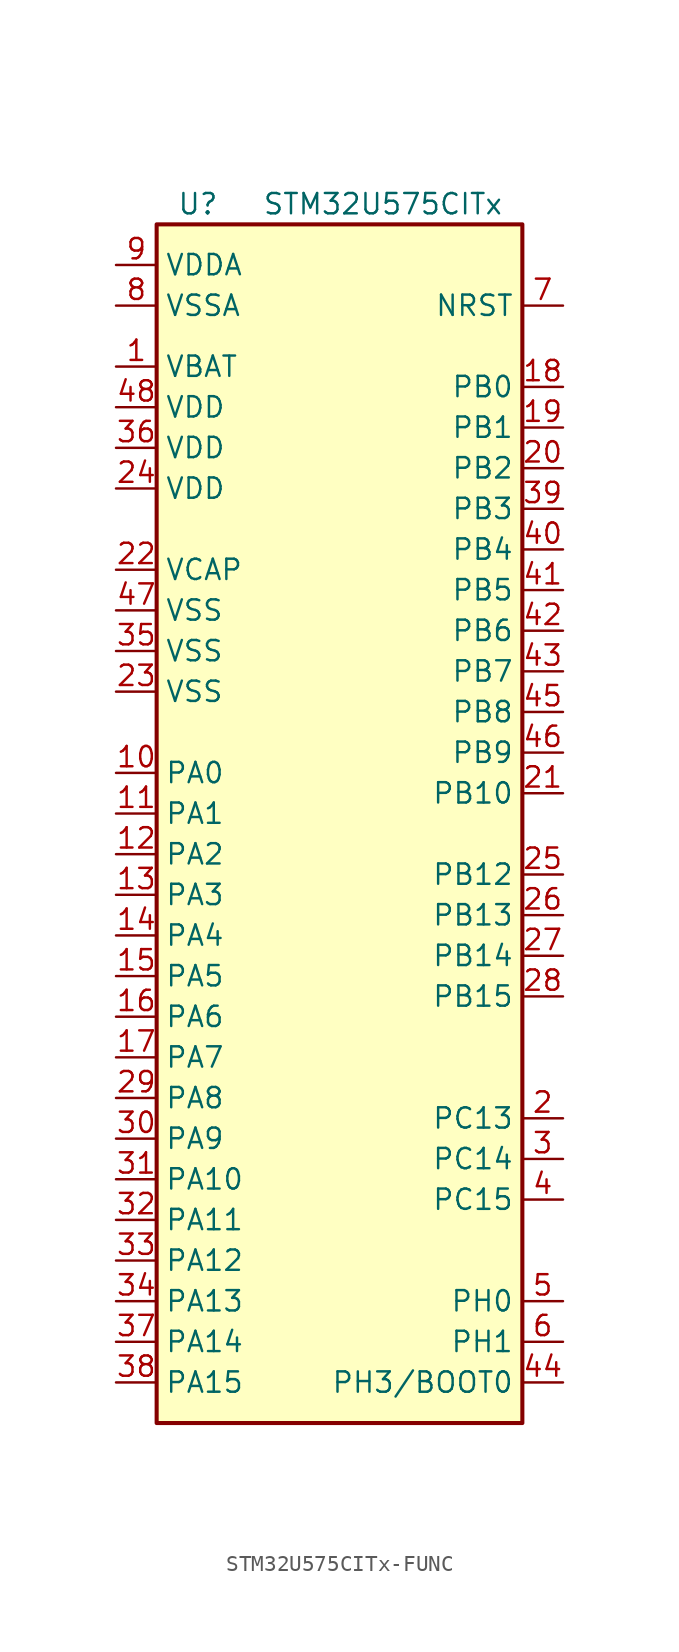
<source format=kicad_sym>
(kicad_symbol_lib
  (version 20241209)
  (generator "kicad_symbol_editor")
  (generator_version "9.0")
  (symbol "STM32U575CITx-FUNC"
    (property "Reference" "U"
      (at -10.16 41.91 0)
      (effects (font (size 1.27 1.27)) (justify left)))
    (property "Value" "STM32U575CITx"
      (at -4.826 41.91 0)
      (effects (font (size 1.27 1.27)) (justify left)))
    (symbol "STM32U575CITx-FUNC_0_1"
      (rectangle (start -11.43 40.64) (end 11.43 -34.29) (stroke (width 0.254) (type default)) (fill (type background))))
    (symbol "STM32U575CITx-FUNC_1_1"
      (pin power_in line (at -13.97 38.1 0) (length 2.54) (name "VDDA" (effects (font (size 1.27 1.27)))) (number "9" (effects (font (size 1.27 1.27)))))
      (pin power_in line (at -13.97 35.56 0) (length 2.54) (name "VSSA" (effects (font (size 1.27 1.27)))) (number "8" (effects (font (size 1.27 1.27)))))
      (pin power_in line (at -13.97 31.75 0) (length 2.54) (name "VBAT" (effects (font (size 1.27 1.27)))) (number "1" (effects (font (size 1.27 1.27)))))
      (pin power_in line (at -13.97 29.21 0) (length 2.54) (name "VDD" (effects (font (size 1.27 1.27)))) (number "48" (effects (font (size 1.27 1.27)))))
      (pin power_in line (at -13.97 26.67 0) (length 2.54) (name "VDD" (effects (font (size 1.27 1.27)))) (number "36" (effects (font (size 1.27 1.27)))))
      (pin power_in line (at -13.97 24.13 0) (length 2.54) (name "VDD" (effects (font (size 1.27 1.27)))) (number "24" (effects (font (size 1.27 1.27)))))
      (pin power_out line (at -13.97 19.05 0) (length 2.54) (name "VCAP" (effects (font (size 1.27 1.27)))) (number "22" (effects (font (size 1.27 1.27)))))
      (pin power_in line (at -13.97 16.51 0) (length 2.54) (name "VSS" (effects (font (size 1.27 1.27)))) (number "47" (effects (font (size 1.27 1.27)))))
      (pin power_in line (at -13.97 13.97 0) (length 2.54) (name "VSS" (effects (font (size 1.27 1.27)))) (number "35" (effects (font (size 1.27 1.27)))))
      (pin power_in line (at -13.97 11.43 0) (length 2.54) (name "VSS" (effects (font (size 1.27 1.27)))) (number "23" (effects (font (size 1.27 1.27)))))
      (pin bidirectional line (at -13.97 6.35 0) (length 2.54) (name "PA0" (effects (font (size 1.27 1.27)))) (number "10" (effects (font (size 1.27 1.27)))) (alternate "ADC1_IN5" bidirectional line) (alternate "AUDIOCLK" bidirectional line) (alternate "OCTOSPIM_P2_NCS" bidirectional line) (alternate "OPAMP1_VINP" bidirectional line) (alternate "PWR_WKUP1" bidirectional line) (alternate "SPI3_RDY" bidirectional line) (alternate "TAMP_IN2" bidirectional line) (alternate "TAMP_OUT1" bidirectional line) (alternate "TIM2_CH1" bidirectional line) (alternate "TIM2_ETR" bidirectional line) (alternate "TIM5_CH1" bidirectional line) (alternate "TIM8_ETR" bidirectional line) (alternate "UART4_TX" bidirectional line) (alternate "USART2_CTS" bidirectional line))
      (pin bidirectional line (at -13.97 3.81 0) (length 2.54) (name "PA1" (effects (font (size 1.27 1.27)))) (number "11" (effects (font (size 1.27 1.27)))) (alternate "ADC1_IN6" bidirectional line) (alternate "I2C1_SMBA" bidirectional line) (alternate "LPTIM1_CH2" bidirectional line) (alternate "OCTOSPIM_P1_DQS" bidirectional line) (alternate "OPAMP1_VINM" bidirectional line) (alternate "PWR_WKUP3" bidirectional line) (alternate "SPI1_SCK" bidirectional line) (alternate "TAMP_IN5" bidirectional line) (alternate "TAMP_OUT4" bidirectional line) (alternate "TIM15_CH1N" bidirectional line) (alternate "TIM2_CH2" bidirectional line) (alternate "TIM5_CH2" bidirectional line) (alternate "UART4_RX" bidirectional line) (alternate "USART2_DE" bidirectional line) (alternate "USART2_RTS" bidirectional line))
      (pin bidirectional line (at -13.97 1.27 0) (length 2.54) (name "PA2" (effects (font (size 1.27 1.27)))) (number "12" (effects (font (size 1.27 1.27)))) (alternate "ADC1_IN7" bidirectional line) (alternate "COMP1_INP" bidirectional line) (alternate "LPUART1_TX" bidirectional line) (alternate "OCTOSPIM_P1_NCS" bidirectional line) (alternate "PWR_WKUP4" bidirectional line) (alternate "RCC_LSCO" bidirectional line) (alternate "SPI1_RDY" bidirectional line) (alternate "TIM15_CH1" bidirectional line) (alternate "TIM2_CH3" bidirectional line) (alternate "TIM5_CH3" bidirectional line) (alternate "UCPD1_FRSTX1" bidirectional line) (alternate "USART2_TX" bidirectional line))
      (pin bidirectional line (at -13.97 -1.27 0) (length 2.54) (name "PA3" (effects (font (size 1.27 1.27)))) (number "13" (effects (font (size 1.27 1.27)))) (alternate "ADC1_IN8" bidirectional line) (alternate "LPUART1_RX" bidirectional line) (alternate "OCTOSPIM_P1_CLK" bidirectional line) (alternate "OPAMP1_VOUT" bidirectional line) (alternate "PWR_WKUP5" bidirectional line) (alternate "SAI1_CK1" bidirectional line) (alternate "SAI1_MCLK_A" bidirectional line) (alternate "TIM15_CH2" bidirectional line) (alternate "TIM2_CH4" bidirectional line) (alternate "TIM5_CH4" bidirectional line) (alternate "USART2_RX" bidirectional line))
      (pin bidirectional line (at -13.97 -3.81 0) (length 2.54) (name "PA4" (effects (font (size 1.27 1.27)))) (number "14" (effects (font (size 1.27 1.27)))) (alternate "ADC1_IN9" bidirectional line) (alternate "ADC4_IN9" bidirectional line) (alternate "DAC1_OUT1" bidirectional line) (alternate "LPTIM2_CH1" bidirectional line) (alternate "OCTOSPIM_P1_NCS" bidirectional line) (alternate "PWR_WKUP2" bidirectional line) (alternate "SAI1_FS_B" bidirectional line) (alternate "SPI1_NSS" bidirectional line) (alternate "SPI3_NSS" bidirectional line) (alternate "USART2_CK" bidirectional line))
      (pin bidirectional line (at -13.97 -6.35 0) (length 2.54) (name "PA5" (effects (font (size 1.27 1.27)))) (number "15" (effects (font (size 1.27 1.27)))) (alternate "ADC1_IN10" bidirectional line) (alternate "ADC4_IN10" bidirectional line) (alternate "DAC1_OUT2" bidirectional line) (alternate "LPTIM2_ETR" bidirectional line) (alternate "PWR_CSLEEP" bidirectional line) (alternate "PWR_WKUP6" bidirectional line) (alternate "SPI1_SCK" bidirectional line) (alternate "TIM2_CH1" bidirectional line) (alternate "TIM2_ETR" bidirectional line) (alternate "TIM8_CH1N" bidirectional line) (alternate "USART3_RX" bidirectional line))
      (pin bidirectional line (at -13.97 -8.89 0) (length 2.54) (name "PA6" (effects (font (size 1.27 1.27)))) (number "16" (effects (font (size 1.27 1.27)))) (alternate "ADC1_IN11" bidirectional line) (alternate "ADC4_IN11" bidirectional line) (alternate "LPUART1_CTS" bidirectional line) (alternate "OCTOSPIM_P1_IO3" bidirectional line) (alternate "OPAMP2_VINP" bidirectional line) (alternate "PWR_CDSTOP" bidirectional line) (alternate "PWR_WKUP7" bidirectional line) (alternate "SPI1_MISO" bidirectional line) (alternate "TIM16_CH1" bidirectional line) (alternate "TIM1_BKIN" bidirectional line) (alternate "TIM3_CH1" bidirectional line) (alternate "TIM8_BKIN" bidirectional line) (alternate "USART3_CTS" bidirectional line))
      (pin bidirectional line (at -13.97 -11.43 0) (length 2.54) (name "PA7" (effects (font (size 1.27 1.27)))) (number "17" (effects (font (size 1.27 1.27)))) (alternate "ADC1_IN12" bidirectional line) (alternate "ADC4_IN20" bidirectional line) (alternate "I2C3_SCL" bidirectional line) (alternate "LPTIM2_CH2" bidirectional line) (alternate "OCTOSPIM_P1_IO2" bidirectional line) (alternate "OPAMP2_VINM" bidirectional line) (alternate "PWR_SRDSTOP" bidirectional line) (alternate "PWR_WKUP8" bidirectional line) (alternate "SPI1_MOSI" bidirectional line) (alternate "TIM17_CH1" bidirectional line) (alternate "TIM1_CH1N" bidirectional line) (alternate "TIM3_CH2" bidirectional line) (alternate "TIM8_CH1N" bidirectional line) (alternate "USART3_TX" bidirectional line))
      (pin bidirectional line (at -13.97 -13.97 0) (length 2.54) (name "PA8" (effects (font (size 1.27 1.27)))) (number "29" (effects (font (size 1.27 1.27)))) (alternate "DEBUG_TRACECLK" bidirectional line) (alternate "LPTIM2_CH1" bidirectional line) (alternate "RCC_MCO" bidirectional line) (alternate "SAI1_CK2" bidirectional line) (alternate "SAI1_SCK_A" bidirectional line) (alternate "SPI1_RDY" bidirectional line) (alternate "TIM1_CH1" bidirectional line) (alternate "USART1_CK" bidirectional line) (alternate "USB_OTG_FS_SOF" bidirectional line))
      (pin bidirectional line (at -13.97 -16.51 0) (length 2.54) (name "PA9" (effects (font (size 1.27 1.27)))) (number "30" (effects (font (size 1.27 1.27)))) (alternate "DAC1_EXTI9" bidirectional line) (alternate "SAI1_FS_A" bidirectional line) (alternate "SPI2_SCK" bidirectional line) (alternate "TIM15_BKIN" bidirectional line) (alternate "TIM1_CH2" bidirectional line) (alternate "USART1_TX" bidirectional line) (alternate "USB_OTG_FS_VBUS" bidirectional line))
      (pin bidirectional line (at -13.97 -19.05 0) (length 2.54) (name "PA10" (effects (font (size 1.27 1.27)))) (number "31" (effects (font (size 1.27 1.27)))) (alternate "CRS_SYNC" bidirectional line) (alternate "LPTIM2_IN2" bidirectional line) (alternate "SAI1_D1" bidirectional line) (alternate "SAI1_SD_A" bidirectional line) (alternate "TIM17_BKIN" bidirectional line) (alternate "TIM1_CH3" bidirectional line) (alternate "USART1_RX" bidirectional line) (alternate "USB_OTG_FS_ID" bidirectional line))
      (pin bidirectional line (at -13.97 -21.59 0) (length 2.54) (name "PA11" (effects (font (size 1.27 1.27)))) (number "32" (effects (font (size 1.27 1.27)))) (alternate "ADC1_EXTI11" bidirectional line) (alternate "FDCAN1_RX" bidirectional line) (alternate "SPI1_MISO" bidirectional line) (alternate "TIM1_BKIN2" bidirectional line) (alternate "TIM1_CH4" bidirectional line) (alternate "USART1_CTS" bidirectional line) (alternate "USB_OTG_FS_DM" bidirectional line))
      (pin bidirectional line (at -13.97 -24.13 0) (length 2.54) (name "PA12" (effects (font (size 1.27 1.27)))) (number "33" (effects (font (size 1.27 1.27)))) (alternate "FDCAN1_TX" bidirectional line) (alternate "OCTOSPIM_P2_NCS" bidirectional line) (alternate "SPI1_MOSI" bidirectional line) (alternate "TIM1_ETR" bidirectional line) (alternate "USART1_DE" bidirectional line) (alternate "USART1_RTS" bidirectional line) (alternate "USB_OTG_FS_DP" bidirectional line))
      (pin bidirectional line (at -13.97 -26.67 0) (length 2.54) (name "PA13" (effects (font (size 1.27 1.27)))) (number "34" (effects (font (size 1.27 1.27)))) (alternate "DEBUG_JTMS-SWDIO" bidirectional line) (alternate "IR_OUT" bidirectional line) (alternate "SAI1_SD_B" bidirectional line) (alternate "USB_OTG_FS_NOE" bidirectional line))
      (pin bidirectional line (at -13.97 -29.21 0) (length 2.54) (name "PA14" (effects (font (size 1.27 1.27)))) (number "37" (effects (font (size 1.27 1.27)))) (alternate "DEBUG_JTCK-SWCLK" bidirectional line) (alternate "I2C1_SMBA" bidirectional line) (alternate "I2C4_SMBA" bidirectional line) (alternate "LPTIM1_CH1" bidirectional line) (alternate "SAI1_FS_B" bidirectional line) (alternate "USB_OTG_FS_SOF" bidirectional line))
      (pin bidirectional line (at -13.97 -31.75 0) (length 2.54) (name "PA15" (effects (font (size 1.27 1.27)))) (number "38" (effects (font (size 1.27 1.27)))) (alternate "ADC1_EXTI15" bidirectional line) (alternate "ADC4_EXTI15" bidirectional line) (alternate "DEBUG_JTDI" bidirectional line) (alternate "SPI1_NSS" bidirectional line) (alternate "SPI3_NSS" bidirectional line) (alternate "TIM2_CH1" bidirectional line) (alternate "TIM2_ETR" bidirectional line) (alternate "UART4_DE" bidirectional line) (alternate "UART4_RTS" bidirectional line) (alternate "UCPD1_CC1" bidirectional line) (alternate "USART2_RX" bidirectional line) (alternate "USART3_DE" bidirectional line) (alternate "USART3_RTS" bidirectional line))
      (pin input line (at 13.97 35.56 180) (length 2.54) (name "NRST" (effects (font (size 1.27 1.27)))) (number "7" (effects (font (size 1.27 1.27)))))
      (pin bidirectional line (at 13.97 30.48 180) (length 2.54) (name "PB0" (effects (font (size 1.27 1.27)))) (number "18" (effects (font (size 1.27 1.27)))) (alternate "ADC1_IN15" bidirectional line) (alternate "ADC4_IN18" bidirectional line) (alternate "AUDIOCLK" bidirectional line) (alternate "COMP1_OUT" bidirectional line) (alternate "LPTIM3_CH1" bidirectional line) (alternate "OCTOSPIM_P1_IO1" bidirectional line) (alternate "OPAMP2_VOUT" bidirectional line) (alternate "SPI1_NSS" bidirectional line) (alternate "TIM1_CH2N" bidirectional line) (alternate "TIM3_CH3" bidirectional line) (alternate "TIM8_CH2N" bidirectional line) (alternate "USART3_CK" bidirectional line))
      (pin bidirectional line (at 13.97 27.94 180) (length 2.54) (name "PB1" (effects (font (size 1.27 1.27)))) (number "19" (effects (font (size 1.27 1.27)))) (alternate "ADC1_IN16" bidirectional line) (alternate "ADC4_IN19" bidirectional line) (alternate "COMP1_INM" bidirectional line) (alternate "LPTIM2_IN1" bidirectional line) (alternate "LPTIM3_CH2" bidirectional line) (alternate "LPUART1_DE" bidirectional line) (alternate "LPUART1_RTS" bidirectional line) (alternate "MDF1_SDI0" bidirectional line) (alternate "OCTOSPIM_P1_IO0" bidirectional line) (alternate "PWR_WKUP4" bidirectional line) (alternate "TIM1_CH3N" bidirectional line) (alternate "TIM3_CH4" bidirectional line) (alternate "TIM8_CH3N" bidirectional line) (alternate "USART3_DE" bidirectional line) (alternate "USART3_RTS" bidirectional line))
      (pin bidirectional line (at 13.97 25.4 180) (length 2.54) (name "PB2" (effects (font (size 1.27 1.27)))) (number "20" (effects (font (size 1.27 1.27)))) (alternate "ADC1_IN17" bidirectional line) (alternate "COMP1_INP" bidirectional line) (alternate "I2C3_SMBA" bidirectional line) (alternate "LPTIM1_CH1" bidirectional line) (alternate "MDF1_CKI0" bidirectional line) (alternate "OCTOSPIM_P1_DQS" bidirectional line) (alternate "PWR_WKUP1" bidirectional line) (alternate "RTC_OUT2" bidirectional line) (alternate "SPI1_RDY" bidirectional line) (alternate "TIM8_CH4N" bidirectional line) (alternate "UCPD1_FRSTX1" bidirectional line))
      (pin bidirectional line (at 13.97 22.86 180) (length 2.54) (name "PB3" (effects (font (size 1.27 1.27)))) (number "39" (effects (font (size 1.27 1.27)))) (alternate "ADF1_CCK0" bidirectional line) (alternate "COMP2_INM" bidirectional line) (alternate "CRS_SYNC" bidirectional line) (alternate "DEBUG_JTDO-SWO" bidirectional line) (alternate "I2C1_SDA" bidirectional line) (alternate "LPTIM1_CH1" bidirectional line) (alternate "SAI1_SCK_B" bidirectional line) (alternate "SPI1_SCK" bidirectional line) (alternate "SPI3_SCK" bidirectional line) (alternate "TIM2_CH2" bidirectional line) (alternate "USART1_DE" bidirectional line) (alternate "USART1_RTS" bidirectional line))
      (pin bidirectional line (at 13.97 20.32 180) (length 2.54) (name "PB4" (effects (font (size 1.27 1.27)))) (number "40" (effects (font (size 1.27 1.27)))) (alternate "ADF1_SDI0" bidirectional line) (alternate "COMP2_INP" bidirectional line) (alternate "DEBUG_JTRST" bidirectional line) (alternate "I2C3_SDA" bidirectional line) (alternate "LPTIM1_CH2" bidirectional line) (alternate "SAI1_MCLK_B" bidirectional line) (alternate "SPI1_MISO" bidirectional line) (alternate "SPI3_MISO" bidirectional line) (alternate "TIM17_BKIN" bidirectional line) (alternate "TIM3_CH1" bidirectional line) (alternate "TSC_G2_IO1" bidirectional line) (alternate "USART1_CTS" bidirectional line))
      (pin bidirectional line (at 13.97 17.78 180) (length 2.54) (name "PB5" (effects (font (size 1.27 1.27)))) (number "41" (effects (font (size 1.27 1.27)))) (alternate "COMP2_OUT" bidirectional line) (alternate "I2C1_SMBA" bidirectional line) (alternate "LPTIM1_IN1" bidirectional line) (alternate "OCTOSPIM_P1_NCLK" bidirectional line) (alternate "PWR_WKUP6" bidirectional line) (alternate "SAI1_SD_B" bidirectional line) (alternate "SPI1_MOSI" bidirectional line) (alternate "SPI3_MOSI" bidirectional line) (alternate "TIM16_BKIN" bidirectional line) (alternate "TIM3_CH2" bidirectional line) (alternate "TSC_G2_IO2" bidirectional line) (alternate "UCPD1_DBCC1" bidirectional line) (alternate "USART1_CK" bidirectional line))
      (pin bidirectional line (at 13.97 15.24 180) (length 2.54) (name "PB6" (effects (font (size 1.27 1.27)))) (number "42" (effects (font (size 1.27 1.27)))) (alternate "COMP2_INP" bidirectional line) (alternate "I2C1_SCL" bidirectional line) (alternate "I2C4_SCL" bidirectional line) (alternate "LPTIM1_ETR" bidirectional line) (alternate "MDF1_SDI5" bidirectional line) (alternate "PWR_WKUP3" bidirectional line) (alternate "SAI1_FS_B" bidirectional line) (alternate "TIM16_CH1N" bidirectional line) (alternate "TIM4_CH1" bidirectional line) (alternate "TIM8_BKIN2" bidirectional line) (alternate "TSC_G2_IO3" bidirectional line) (alternate "USART1_TX" bidirectional line))
      (pin bidirectional line (at 13.97 12.7 180) (length 2.54) (name "PB7" (effects (font (size 1.27 1.27)))) (number "43" (effects (font (size 1.27 1.27)))) (alternate "COMP2_INM" bidirectional line) (alternate "I2C1_SDA" bidirectional line) (alternate "I2C4_SDA" bidirectional line) (alternate "LPTIM1_IN2" bidirectional line) (alternate "MDF1_CKI5" bidirectional line) (alternate "PWR_PVD_IN" bidirectional line) (alternate "PWR_WKUP4" bidirectional line) (alternate "TIM17_CH1N" bidirectional line) (alternate "TIM4_CH2" bidirectional line) (alternate "TIM8_BKIN" bidirectional line) (alternate "TSC_G2_IO4" bidirectional line) (alternate "UART4_CTS" bidirectional line) (alternate "USART1_RX" bidirectional line))
      (pin bidirectional line (at 13.97 10.16 180) (length 2.54) (name "PB8" (effects (font (size 1.27 1.27)))) (number "45" (effects (font (size 1.27 1.27)))) (alternate "FDCAN1_RX" bidirectional line) (alternate "I2C1_SCL" bidirectional line) (alternate "MDF1_CCK0" bidirectional line) (alternate "PWR_WKUP5" bidirectional line) (alternate "SAI1_CK1" bidirectional line) (alternate "SAI1_MCLK_A" bidirectional line) (alternate "SPI3_RDY" bidirectional line) (alternate "TIM16_CH1" bidirectional line) (alternate "TIM4_CH3" bidirectional line))
      (pin bidirectional line (at 13.97 7.62 180) (length 2.54) (name "PB9" (effects (font (size 1.27 1.27)))) (number "46" (effects (font (size 1.27 1.27)))) (alternate "DAC1_EXTI9" bidirectional line) (alternate "FDCAN1_TX" bidirectional line) (alternate "I2C1_SDA" bidirectional line) (alternate "IR_OUT" bidirectional line) (alternate "SAI1_D2" bidirectional line) (alternate "SAI1_FS_A" bidirectional line) (alternate "SPI2_NSS" bidirectional line) (alternate "TIM17_CH1" bidirectional line) (alternate "TIM4_CH4" bidirectional line))
      (pin bidirectional line (at 13.97 5.08 180) (length 2.54) (name "PB10" (effects (font (size 1.27 1.27)))) (number "21" (effects (font (size 1.27 1.27)))) (alternate "COMP1_OUT" bidirectional line) (alternate "I2C2_SCL" bidirectional line) (alternate "I2C4_SCL" bidirectional line) (alternate "LPTIM3_CH1" bidirectional line) (alternate "LPUART1_RX" bidirectional line) (alternate "OCTOSPIM_P1_CLK" bidirectional line) (alternate "PWR_WKUP8" bidirectional line) (alternate "SAI1_SCK_A" bidirectional line) (alternate "SPI2_SCK" bidirectional line) (alternate "TIM2_CH3" bidirectional line) (alternate "TSC_SYNC" bidirectional line) (alternate "USART3_TX" bidirectional line))
      (pin bidirectional line (at 13.97 0 180) (length 2.54) (name "PB12" (effects (font (size 1.27 1.27)))) (number "25" (effects (font (size 1.27 1.27)))) (alternate "I2C2_SMBA" bidirectional line) (alternate "LPUART1_DE" bidirectional line) (alternate "LPUART1_RTS" bidirectional line) (alternate "MDF1_SDI1" bidirectional line) (alternate "OCTOSPIM_P1_NCLK" bidirectional line) (alternate "SPI2_NSS" bidirectional line) (alternate "TIM15_BKIN" bidirectional line) (alternate "TIM1_BKIN" bidirectional line) (alternate "TSC_G1_IO1" bidirectional line) (alternate "USART3_CK" bidirectional line))
      (pin bidirectional line (at 13.97 -2.54 180) (length 2.54) (name "PB13" (effects (font (size 1.27 1.27)))) (number "26" (effects (font (size 1.27 1.27)))) (alternate "I2C2_SCL" bidirectional line) (alternate "LPTIM3_IN1" bidirectional line) (alternate "LPUART1_CTS" bidirectional line) (alternate "MDF1_CKI1" bidirectional line) (alternate "SPI2_SCK" bidirectional line) (alternate "TIM15_CH1N" bidirectional line) (alternate "TIM1_CH1N" bidirectional line) (alternate "TSC_G1_IO2" bidirectional line) (alternate "USART3_CTS" bidirectional line))
      (pin bidirectional line (at 13.97 -5.08 180) (length 2.54) (name "PB14" (effects (font (size 1.27 1.27)))) (number "27" (effects (font (size 1.27 1.27)))) (alternate "I2C2_SDA" bidirectional line) (alternate "LPTIM3_ETR" bidirectional line) (alternate "MDF1_SDI2" bidirectional line) (alternate "SPI2_MISO" bidirectional line) (alternate "TIM15_CH1" bidirectional line) (alternate "TIM1_CH2N" bidirectional line) (alternate "TIM8_CH2N" bidirectional line) (alternate "TSC_G1_IO3" bidirectional line) (alternate "UCPD1_DBCC2" bidirectional line) (alternate "USART3_DE" bidirectional line) (alternate "USART3_RTS" bidirectional line))
      (pin bidirectional line (at 13.97 -7.62 180) (length 2.54) (name "PB15" (effects (font (size 1.27 1.27)))) (number "28" (effects (font (size 1.27 1.27)))) (alternate "ADC1_EXTI15" bidirectional line) (alternate "ADC4_EXTI15" bidirectional line) (alternate "LPTIM2_IN2" bidirectional line) (alternate "MDF1_CKI2" bidirectional line) (alternate "PWR_WKUP7" bidirectional line) (alternate "RTC_REFIN" bidirectional line) (alternate "SPI2_MOSI" bidirectional line) (alternate "TIM15_CH2" bidirectional line) (alternate "TIM1_CH3N" bidirectional line) (alternate "TIM8_CH3N" bidirectional line) (alternate "UCPD1_CC2" bidirectional line))
      (pin bidirectional line (at 13.97 -15.24 180) (length 2.54) (name "PC13" (effects (font (size 1.27 1.27)))) (number "2" (effects (font (size 1.27 1.27)))) (alternate "PWR_WKUP2" bidirectional line) (alternate "RTC_OUT1" bidirectional line) (alternate "RTC_TS" bidirectional line) (alternate "TAMP_IN1" bidirectional line) (alternate "TAMP_OUT2" bidirectional line))
      (pin bidirectional line (at 13.97 -17.78 180) (length 2.54) (name "PC14" (effects (font (size 1.27 1.27)))) (number "3" (effects (font (size 1.27 1.27)))) (alternate "RCC_OSC32_IN" bidirectional line))
      (pin bidirectional line (at 13.97 -20.32 180) (length 2.54) (name "PC15" (effects (font (size 1.27 1.27)))) (number "4" (effects (font (size 1.27 1.27)))) (alternate "ADC1_EXTI15" bidirectional line) (alternate "ADC4_EXTI15" bidirectional line) (alternate "RCC_OSC32_OUT" bidirectional line))
      (pin bidirectional line (at 13.97 -26.67 180) (length 2.54) (name "PH0" (effects (font (size 1.27 1.27)))) (number "5" (effects (font (size 1.27 1.27)))) (alternate "RCC_OSC_IN" bidirectional line))
      (pin bidirectional line (at 13.97 -29.21 180) (length 2.54) (name "PH1" (effects (font (size 1.27 1.27)))) (number "6" (effects (font (size 1.27 1.27)))) (alternate "RCC_OSC_OUT" bidirectional line))
      (pin bidirectional line (at 13.97 -31.75 180) (length 2.54) (name "PH3/BOOT0" (effects (font (size 1.27 1.27)))) (number "44" (effects (font (size 1.27 1.27))))))))
</source>
